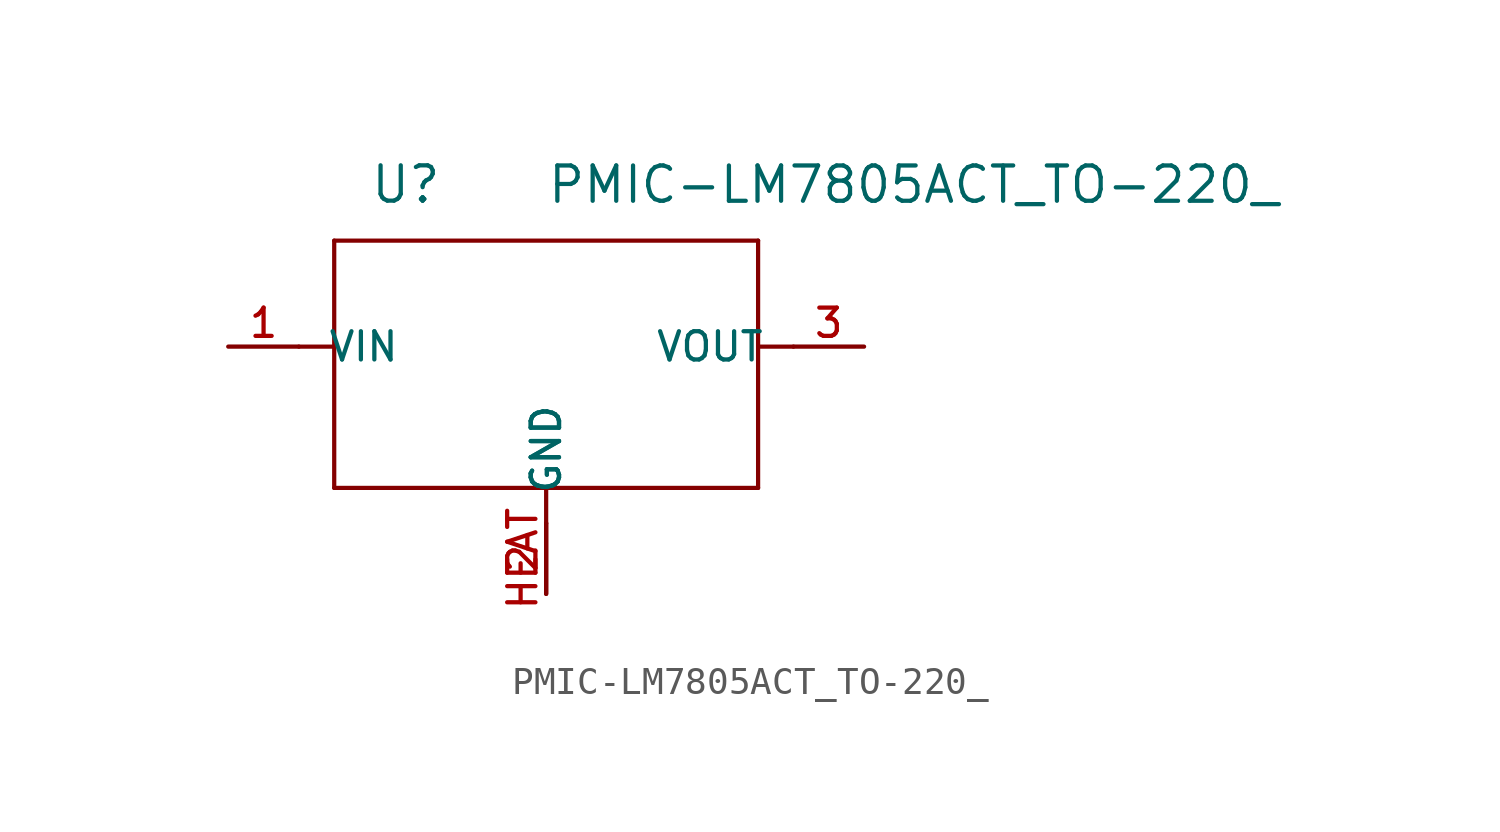
<source format=kicad_sym>
(kicad_symbol_lib
  (version 20211014)
  (generator kicad_symbol_editor)
  (symbol "PMIC-LM7805ACT_TO-220_"
    (pin_names
      (offset 1.016))
    (property "Reference" "U"
      (at -6.356 5.085 0)
      (effects (font (size 1.27 1.27)) (justify bottom left)))
    (property "Value" "PMIC-LM7805ACT_TO-220_"
      (at 0.0 5.08 0)
      (effects (font (size 1.27 1.27)) (justify bottom left)))
    (symbol "PMIC-LM7805ACT_TO-220__0_0"
      (polyline (pts (xy -7.62 3.81) (xy 7.62 3.81)) (stroke (width 0.152)))
      (polyline (pts (xy 7.62 3.81) (xy 7.62 0.0)) (stroke (width 0.152)))
      (polyline (pts (xy 7.62 0.0) (xy 7.62 -5.08)) (stroke (width 0.152)))
      (polyline (pts (xy 7.62 -5.08) (xy 0.0 -5.08)) (stroke (width 0.152)))
      (polyline (pts (xy 0.0 -5.08) (xy -7.62 -5.08)) (stroke (width 0.152)))
      (polyline (pts (xy -7.62 -5.08) (xy -7.62 0.0)) (stroke (width 0.152)))
      (polyline (pts (xy -7.62 0.0) (xy -7.62 3.81)) (stroke (width 0.152)))
      (polyline (pts (xy 8.89 0.0) (xy 7.62 0.0)) (stroke (width 0.152)))
      (polyline (pts (xy 0.0 -6.35) (xy 0.0 -5.08)) (stroke (width 0.152)))
      (polyline (pts (xy -7.62 0.0) (xy -8.89 0.0)) (stroke (width 0.152)))
      (pin bidirectional line (at 0.0 -8.89 90.0) (length 2.54) (name "GND" (effects (font (size 1.016 1.016)))) (number "2" (effects (font (size 1.016 1.016)))))
      (pin bidirectional line (at 0.0 -8.89 90.0) (length 2.54) (name "GND" (effects (font (size 1.016 1.016)))) (number "HEAT" (effects (font (size 1.016 1.016)))))
      (pin bidirectional line (at 11.43 0.0 180.0) (length 2.54) (name "VOUT" (effects (font (size 1.016 1.016)))) (number "3" (effects (font (size 1.016 1.016)))))
      (pin bidirectional line (at -11.43 0.0 0) (length 2.54) (name "VIN" (effects (font (size 1.016 1.016)))) (number "1" (effects (font (size 1.016 1.016))))))))
</source>
